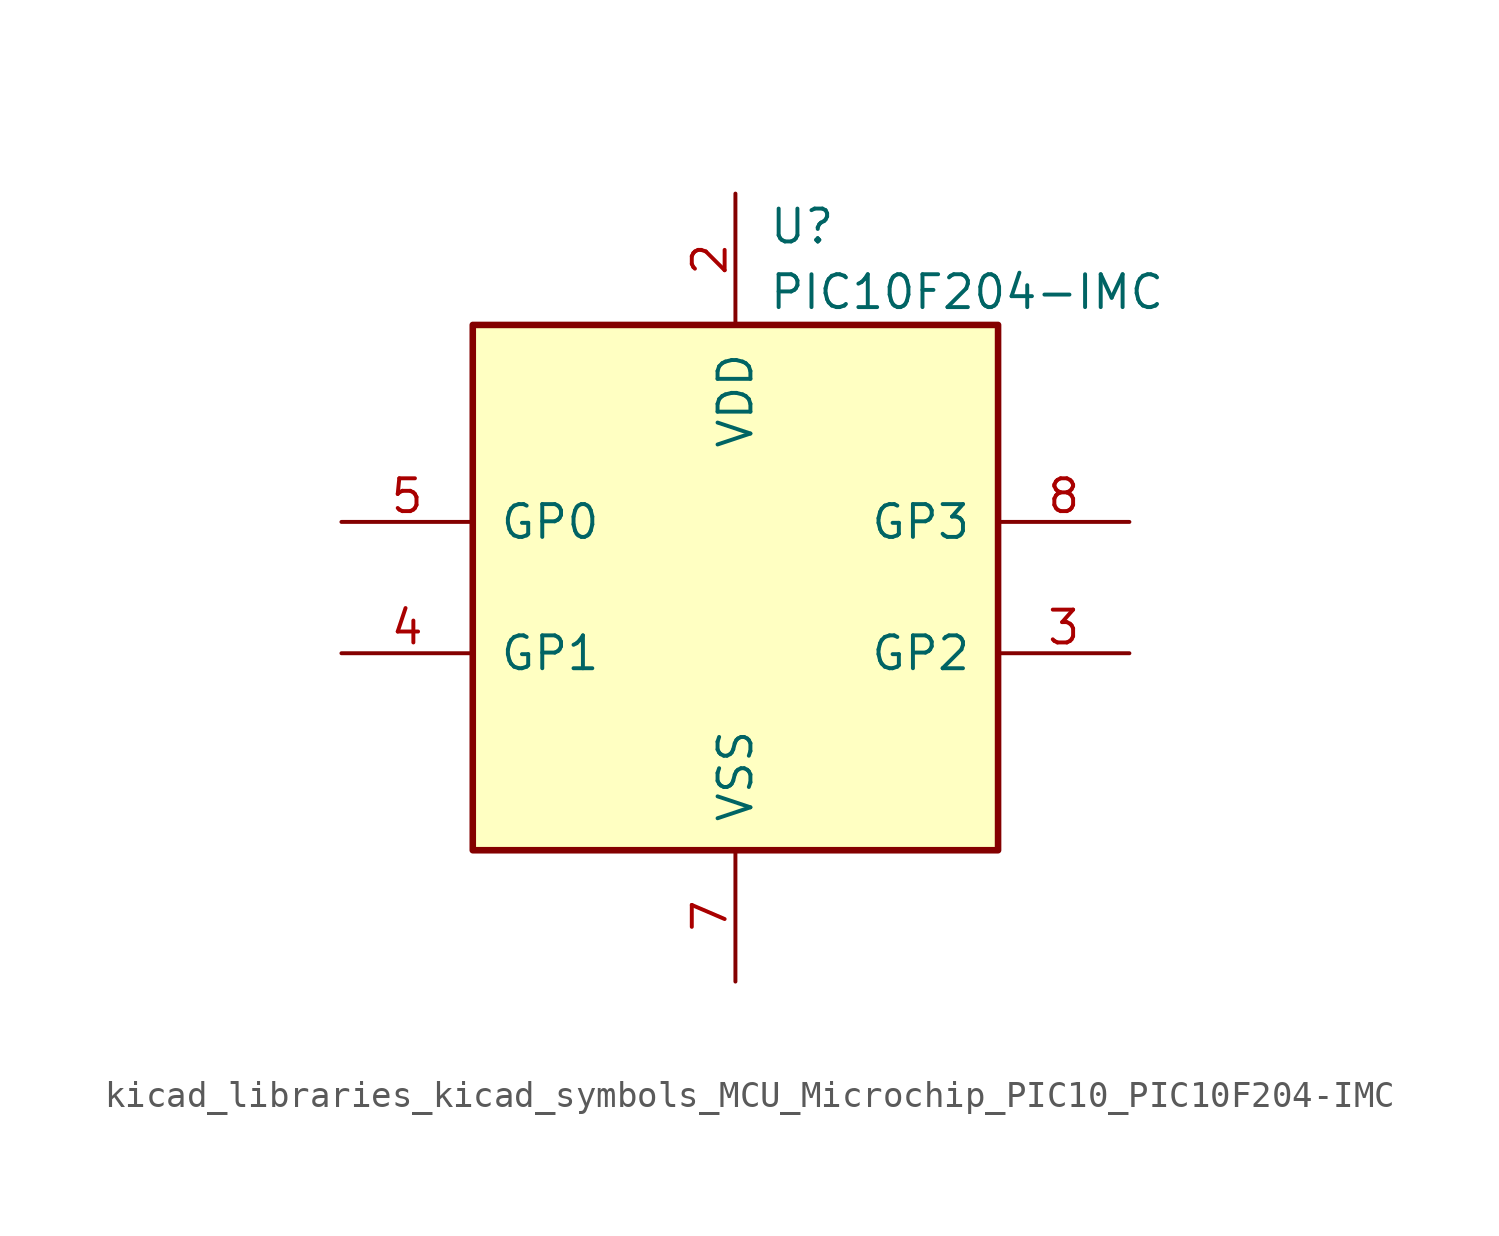
<source format=kicad_sym>
(kicad_symbol_lib
  (version 20220914)
  (generator kicad_symbol_editor)
  (symbol "kicad_libraries_kicad_symbols_MCU_Microchip_PIC10_PIC10F204-IMC"
    (pin_names
      (offset 1.016))
    (property "Reference" "U"
      (at 1.27 13.97 0)
      (effects (font (size 1.27 1.27)) (justify left)))
    (property "Value" "PIC10F204-IMC"
      (at 1.27 11.43 0)
      (effects (font (size 1.27 1.27)) (justify left)))
    (symbol "kicad_libraries_kicad_symbols_MCU_Microchip_PIC10_PIC10F204-IMC_0_1"
      (rectangle (start -10.16 10.16) (end 10.16 -10.16) (stroke (width 0.254) (type default)) (fill (type background))))
    (symbol "kicad_libraries_kicad_symbols_MCU_Microchip_PIC10_PIC10F204-IMC_1_1"
      (pin power_in line (at 0 15.24 270) (length 5.08) (name "VDD" (effects (font (size 1.27 1.27)))) (number "2" (effects (font (size 1.27 1.27)))))
      (pin bidirectional line (at 15.24 -2.54 180) (length 5.08) (name "GP2" (effects (font (size 1.27 1.27)))) (number "3" (effects (font (size 1.27 1.27)))))
      (pin bidirectional line (at -15.24 -2.54 0) (length 5.08) (name "GP1" (effects (font (size 1.27 1.27)))) (number "4" (effects (font (size 1.27 1.27)))))
      (pin bidirectional line (at -15.24 2.54 0) (length 5.08) (name "GP0" (effects (font (size 1.27 1.27)))) (number "5" (effects (font (size 1.27 1.27)))))
      (pin power_in line (at 0 -15.24 90) (length 5.08) (name "VSS" (effects (font (size 1.27 1.27)))) (number "7" (effects (font (size 1.27 1.27)))))
      (pin input line (at 15.24 2.54 180) (length 5.08) (name "GP3" (effects (font (size 1.27 1.27)))) (number "8" (effects (font (size 1.27 1.27))))))))
</source>
